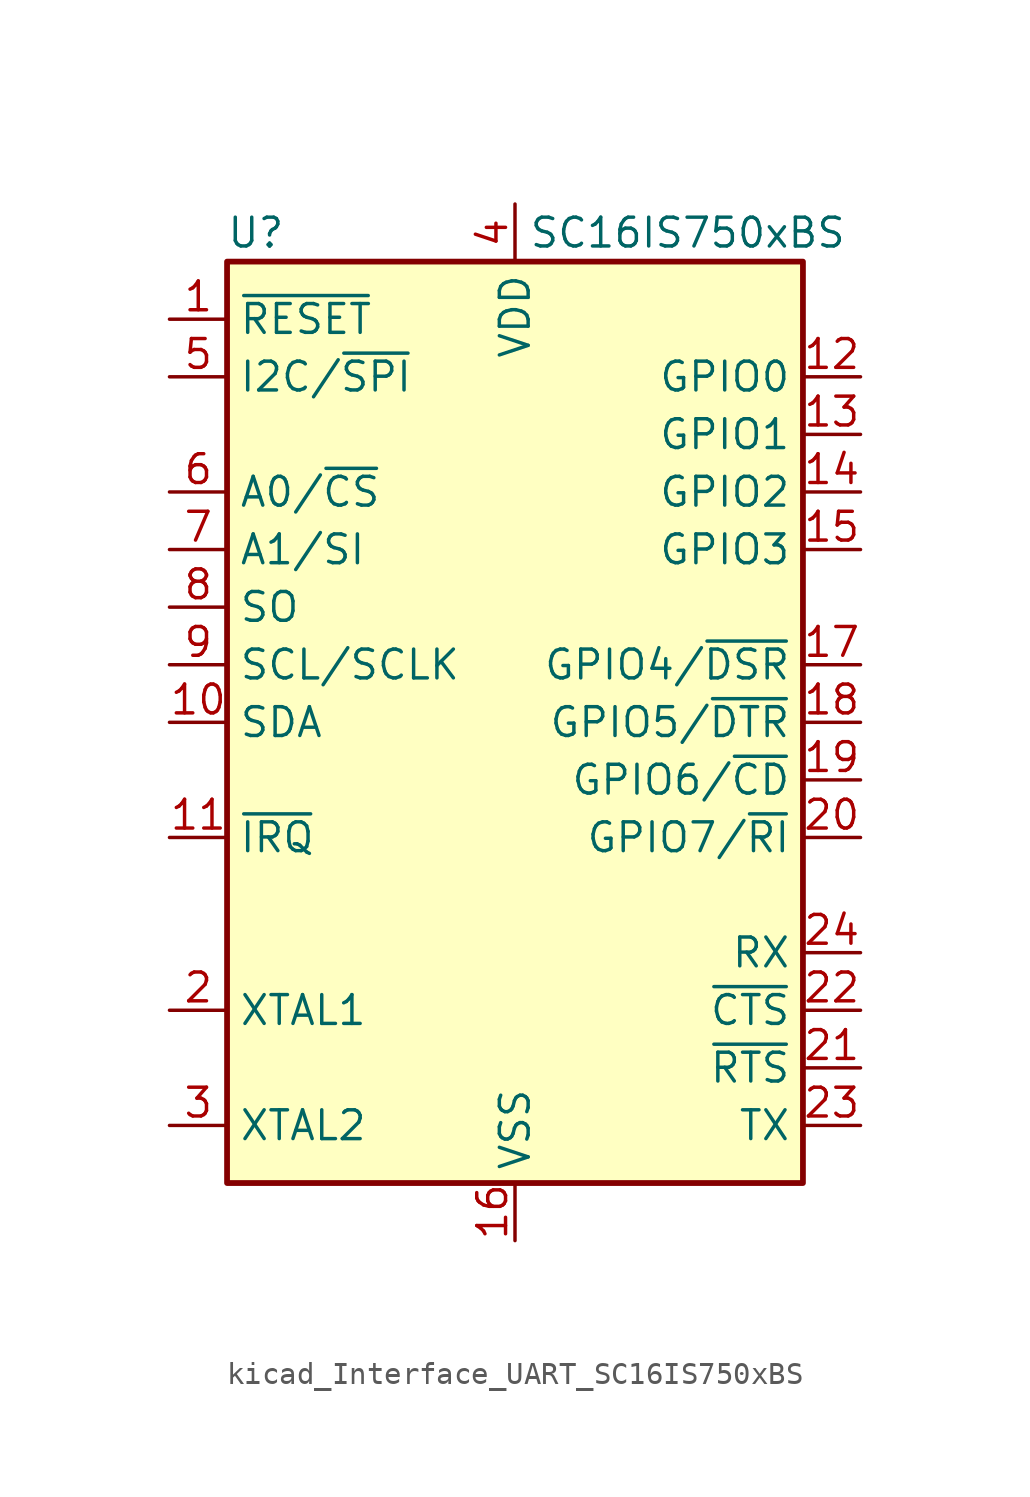
<source format=kicad_sym>
(kicad_symbol_lib
  (version 20220914)
  (generator kicad_symbol_editor)
  (symbol "kicad_Interface_UART_SC16IS750xBS"
    (property "Reference" "U"
      (at -11.43 21.59 0)
      (effects (font (size 1.27 1.27))))
    (property "Value" "SC16IS750xBS"
      (at 7.62 21.59 0)
      (effects (font (size 1.27 1.27))))
    (symbol "kicad_Interface_UART_SC16IS750xBS_0_1"
      (rectangle (start -12.7 20.32) (end 12.7 -20.32) (stroke (width 0.254) (type default)) (fill (type background))))
    (symbol "kicad_Interface_UART_SC16IS750xBS_1_1"
      (pin input line (at -15.24 17.78 0) (length 2.54) (name "~{RESET}" (effects (font (size 1.27 1.27)))) (number "1" (effects (font (size 1.27 1.27)))))
      (pin bidirectional line (at -15.24 0 0) (length 2.54) (name "SDA" (effects (font (size 1.27 1.27)))) (number "10" (effects (font (size 1.27 1.27)))))
      (pin open_collector line (at -15.24 -5.08 0) (length 2.54) (name "~{IRQ}" (effects (font (size 1.27 1.27)))) (number "11" (effects (font (size 1.27 1.27)))))
      (pin bidirectional line (at 15.24 15.24 180) (length 2.54) (name "GPIO0" (effects (font (size 1.27 1.27)))) (number "12" (effects (font (size 1.27 1.27)))))
      (pin bidirectional line (at 15.24 12.7 180) (length 2.54) (name "GPIO1" (effects (font (size 1.27 1.27)))) (number "13" (effects (font (size 1.27 1.27)))))
      (pin bidirectional line (at 15.24 10.16 180) (length 2.54) (name "GPIO2" (effects (font (size 1.27 1.27)))) (number "14" (effects (font (size 1.27 1.27)))))
      (pin bidirectional line (at 15.24 7.62 180) (length 2.54) (name "GPIO3" (effects (font (size 1.27 1.27)))) (number "15" (effects (font (size 1.27 1.27)))))
      (pin power_in line (at 0 -22.86 90) (length 2.54) (name "VSS" (effects (font (size 1.27 1.27)))) (number "16" (effects (font (size 1.27 1.27)))))
      (pin bidirectional line (at 15.24 2.54 180) (length 2.54) (name "GPIO4/~{DSR}" (effects (font (size 1.27 1.27)))) (number "17" (effects (font (size 1.27 1.27)))))
      (pin bidirectional line (at 15.24 0 180) (length 2.54) (name "GPIO5/~{DTR}" (effects (font (size 1.27 1.27)))) (number "18" (effects (font (size 1.27 1.27)))))
      (pin bidirectional line (at 15.24 -2.54 180) (length 2.54) (name "GPIO6/~{CD}" (effects (font (size 1.27 1.27)))) (number "19" (effects (font (size 1.27 1.27)))))
      (pin input line (at -15.24 -12.7 0) (length 2.54) (name "XTAL1" (effects (font (size 1.27 1.27)))) (number "2" (effects (font (size 1.27 1.27)))))
      (pin bidirectional line (at 15.24 -5.08 180) (length 2.54) (name "GPIO7/~{RI}" (effects (font (size 1.27 1.27)))) (number "20" (effects (font (size 1.27 1.27)))))
      (pin output line (at 15.24 -15.24 180) (length 2.54) (name "~{RTS}" (effects (font (size 1.27 1.27)))) (number "21" (effects (font (size 1.27 1.27)))))
      (pin input line (at 15.24 -12.7 180) (length 2.54) (name "~{CTS}" (effects (font (size 1.27 1.27)))) (number "22" (effects (font (size 1.27 1.27)))))
      (pin output line (at 15.24 -17.78 180) (length 2.54) (name "TX" (effects (font (size 1.27 1.27)))) (number "23" (effects (font (size 1.27 1.27)))))
      (pin input line (at 15.24 -10.16 180) (length 2.54) (name "RX" (effects (font (size 1.27 1.27)))) (number "24" (effects (font (size 1.27 1.27)))))
      (pin passive line (at 0 -22.86 90) (length 2.54) hide (name "VSS" (effects (font (size 1.27 1.27)))) (number "25" (effects (font (size 1.27 1.27)))))
      (pin output line (at -15.24 -17.78 0) (length 2.54) (name "XTAL2" (effects (font (size 1.27 1.27)))) (number "3" (effects (font (size 1.27 1.27)))))
      (pin power_in line (at 0 22.86 270) (length 2.54) (name "VDD" (effects (font (size 1.27 1.27)))) (number "4" (effects (font (size 1.27 1.27)))))
      (pin input line (at -15.24 15.24 0) (length 2.54) (name "I2C/~{SPI}" (effects (font (size 1.27 1.27)))) (number "5" (effects (font (size 1.27 1.27)))))
      (pin input line (at -15.24 10.16 0) (length 2.54) (name "A0/~{CS}" (effects (font (size 1.27 1.27)))) (number "6" (effects (font (size 1.27 1.27)))))
      (pin input line (at -15.24 7.62 0) (length 2.54) (name "A1/SI" (effects (font (size 1.27 1.27)))) (number "7" (effects (font (size 1.27 1.27)))))
      (pin output line (at -15.24 5.08 0) (length 2.54) (name "SO" (effects (font (size 1.27 1.27)))) (number "8" (effects (font (size 1.27 1.27)))))
      (pin input line (at -15.24 2.54 0) (length 2.54) (name "SCL/SCLK" (effects (font (size 1.27 1.27)))) (number "9" (effects (font (size 1.27 1.27))))))))
</source>
